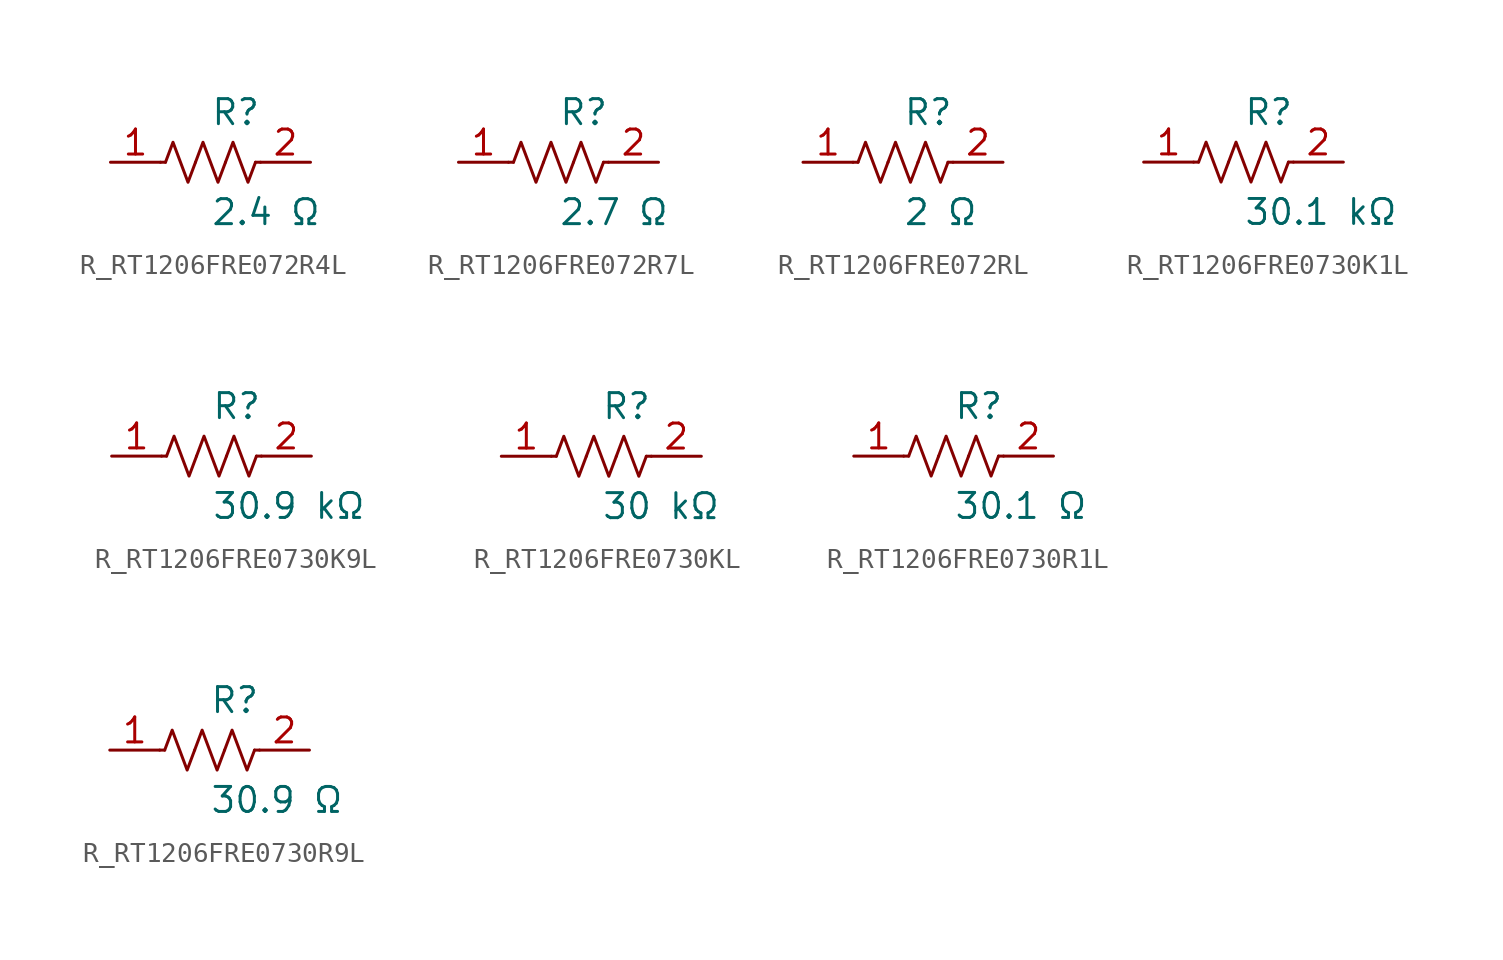
<source format=kicad_sym>
(kicad_symbol_lib
  (version 20231120)
  (generator kicad_symbol_editor)
  (generator_version 8.0)
  (symbol "R_RT1206FRE072R4L"
    (pin_names
      (offset 0.254))
    (property "Reference" "R"
      (at 0 2.54 0)
      (effects (font (size 1.27 1.27)) (justify left)))
    (property "Value" "2.4 Ω"
      (at 0 -2.54 0)
      (effects (font (size 1.27 1.27)) (justify left)))
    (symbol "R_RT1206FRE072R4L_0_1"
      (polyline (pts (xy 2.286 0) (xy 2.54 0)) (stroke (width 0) (type default)) (fill (type none)))
      (polyline (pts (xy -2.286 0) (xy -2.54 0)) (stroke (width 0) (type default)) (fill (type none)))
      (polyline (pts (xy 0.762 0) (xy 1.143 1.016) (xy 1.524 0) (xy 1.905 -1.016) (xy 2.286 0)) (stroke (width 0) (type default)) (fill (type none)))
      (polyline (pts (xy -0.762 0) (xy -0.381 1.016) (xy 0 0) (xy 0.381 -1.016) (xy 0.762 0)) (stroke (width 0) (type default)) (fill (type none)))
      (polyline (pts (xy -2.286 0) (xy -1.905 1.016) (xy -1.524 0) (xy -1.143 -1.016) (xy -0.762 0)) (stroke (width 0) (type default)) (fill (type none))))
    (pin unspecified line
      (at -5.08 0 0)
      (length 2.54)
      (name "" (effects (font (size 1.27 1.27))))
      (number "1" (effects (font (size 1.27 1.27)))))
    (pin unspecified line
      (at 5.08 0 180)
      (length 2.54)
      (name "" (effects (font (size 1.27 1.27))))
      (number "2" (effects (font (size 1.27 1.27))))))
  (symbol "R_RT1206FRE072R7L"
    (pin_names
      (offset 0.254))
    (property "Reference" "R"
      (at 0 2.54 0)
      (effects (font (size 1.27 1.27)) (justify left)))
    (property "Value" "2.7 Ω"
      (at 0 -2.54 0)
      (effects (font (size 1.27 1.27)) (justify left)))
    (symbol "R_RT1206FRE072R7L_0_1"
      (polyline (pts (xy 2.286 0) (xy 2.54 0)) (stroke (width 0) (type default)) (fill (type none)))
      (polyline (pts (xy -2.286 0) (xy -2.54 0)) (stroke (width 0) (type default)) (fill (type none)))
      (polyline (pts (xy 0.762 0) (xy 1.143 1.016) (xy 1.524 0) (xy 1.905 -1.016) (xy 2.286 0)) (stroke (width 0) (type default)) (fill (type none)))
      (polyline (pts (xy -0.762 0) (xy -0.381 1.016) (xy 0 0) (xy 0.381 -1.016) (xy 0.762 0)) (stroke (width 0) (type default)) (fill (type none)))
      (polyline (pts (xy -2.286 0) (xy -1.905 1.016) (xy -1.524 0) (xy -1.143 -1.016) (xy -0.762 0)) (stroke (width 0) (type default)) (fill (type none))))
    (pin unspecified line
      (at -5.08 0 0)
      (length 2.54)
      (name "" (effects (font (size 1.27 1.27))))
      (number "1" (effects (font (size 1.27 1.27)))))
    (pin unspecified line
      (at 5.08 0 180)
      (length 2.54)
      (name "" (effects (font (size 1.27 1.27))))
      (number "2" (effects (font (size 1.27 1.27))))))
  (symbol "R_RT1206FRE072RL"
    (pin_names
      (offset 0.254))
    (property "Reference" "R"
      (at 0 2.54 0)
      (effects (font (size 1.27 1.27)) (justify left)))
    (property "Value" "2 Ω"
      (at 0 -2.54 0)
      (effects (font (size 1.27 1.27)) (justify left)))
    (symbol "R_RT1206FRE072RL_0_1"
      (polyline (pts (xy 2.286 0) (xy 2.54 0)) (stroke (width 0) (type default)) (fill (type none)))
      (polyline (pts (xy -2.286 0) (xy -2.54 0)) (stroke (width 0) (type default)) (fill (type none)))
      (polyline (pts (xy 0.762 0) (xy 1.143 1.016) (xy 1.524 0) (xy 1.905 -1.016) (xy 2.286 0)) (stroke (width 0) (type default)) (fill (type none)))
      (polyline (pts (xy -0.762 0) (xy -0.381 1.016) (xy 0 0) (xy 0.381 -1.016) (xy 0.762 0)) (stroke (width 0) (type default)) (fill (type none)))
      (polyline (pts (xy -2.286 0) (xy -1.905 1.016) (xy -1.524 0) (xy -1.143 -1.016) (xy -0.762 0)) (stroke (width 0) (type default)) (fill (type none))))
    (pin unspecified line
      (at -5.08 0 0)
      (length 2.54)
      (name "" (effects (font (size 1.27 1.27))))
      (number "1" (effects (font (size 1.27 1.27)))))
    (pin unspecified line
      (at 5.08 0 180)
      (length 2.54)
      (name "" (effects (font (size 1.27 1.27))))
      (number "2" (effects (font (size 1.27 1.27))))))
  (symbol "R_RT1206FRE0730K1L"
    (pin_names
      (offset 0.254))
    (property "Reference" "R"
      (at 0 2.54 0)
      (effects (font (size 1.27 1.27)) (justify left)))
    (property "Value" "30.1 kΩ"
      (at 0 -2.54 0)
      (effects (font (size 1.27 1.27)) (justify left)))
    (symbol "R_RT1206FRE0730K1L_0_1"
      (polyline (pts (xy 2.286 0) (xy 2.54 0)) (stroke (width 0) (type default)) (fill (type none)))
      (polyline (pts (xy -2.286 0) (xy -2.54 0)) (stroke (width 0) (type default)) (fill (type none)))
      (polyline (pts (xy 0.762 0) (xy 1.143 1.016) (xy 1.524 0) (xy 1.905 -1.016) (xy 2.286 0)) (stroke (width 0) (type default)) (fill (type none)))
      (polyline (pts (xy -0.762 0) (xy -0.381 1.016) (xy 0 0) (xy 0.381 -1.016) (xy 0.762 0)) (stroke (width 0) (type default)) (fill (type none)))
      (polyline (pts (xy -2.286 0) (xy -1.905 1.016) (xy -1.524 0) (xy -1.143 -1.016) (xy -0.762 0)) (stroke (width 0) (type default)) (fill (type none))))
    (pin unspecified line
      (at -5.08 0 0)
      (length 2.54)
      (name "" (effects (font (size 1.27 1.27))))
      (number "1" (effects (font (size 1.27 1.27)))))
    (pin unspecified line
      (at 5.08 0 180)
      (length 2.54)
      (name "" (effects (font (size 1.27 1.27))))
      (number "2" (effects (font (size 1.27 1.27))))))
  (symbol "R_RT1206FRE0730K9L"
    (pin_names
      (offset 0.254))
    (property "Reference" "R"
      (at 0 2.54 0)
      (effects (font (size 1.27 1.27)) (justify left)))
    (property "Value" "30.9 kΩ"
      (at 0 -2.54 0)
      (effects (font (size 1.27 1.27)) (justify left)))
    (symbol "R_RT1206FRE0730K9L_0_1"
      (polyline (pts (xy 2.286 0) (xy 2.54 0)) (stroke (width 0) (type default)) (fill (type none)))
      (polyline (pts (xy -2.286 0) (xy -2.54 0)) (stroke (width 0) (type default)) (fill (type none)))
      (polyline (pts (xy 0.762 0) (xy 1.143 1.016) (xy 1.524 0) (xy 1.905 -1.016) (xy 2.286 0)) (stroke (width 0) (type default)) (fill (type none)))
      (polyline (pts (xy -0.762 0) (xy -0.381 1.016) (xy 0 0) (xy 0.381 -1.016) (xy 0.762 0)) (stroke (width 0) (type default)) (fill (type none)))
      (polyline (pts (xy -2.286 0) (xy -1.905 1.016) (xy -1.524 0) (xy -1.143 -1.016) (xy -0.762 0)) (stroke (width 0) (type default)) (fill (type none))))
    (pin unspecified line
      (at -5.08 0 0)
      (length 2.54)
      (name "" (effects (font (size 1.27 1.27))))
      (number "1" (effects (font (size 1.27 1.27)))))
    (pin unspecified line
      (at 5.08 0 180)
      (length 2.54)
      (name "" (effects (font (size 1.27 1.27))))
      (number "2" (effects (font (size 1.27 1.27))))))
  (symbol "R_RT1206FRE0730KL"
    (pin_names
      (offset 0.254))
    (property "Reference" "R"
      (at 0 2.54 0)
      (effects (font (size 1.27 1.27)) (justify left)))
    (property "Value" "30 kΩ"
      (at 0 -2.54 0)
      (effects (font (size 1.27 1.27)) (justify left)))
    (symbol "R_RT1206FRE0730KL_0_1"
      (polyline (pts (xy 2.286 0) (xy 2.54 0)) (stroke (width 0) (type default)) (fill (type none)))
      (polyline (pts (xy -2.286 0) (xy -2.54 0)) (stroke (width 0) (type default)) (fill (type none)))
      (polyline (pts (xy 0.762 0) (xy 1.143 1.016) (xy 1.524 0) (xy 1.905 -1.016) (xy 2.286 0)) (stroke (width 0) (type default)) (fill (type none)))
      (polyline (pts (xy -0.762 0) (xy -0.381 1.016) (xy 0 0) (xy 0.381 -1.016) (xy 0.762 0)) (stroke (width 0) (type default)) (fill (type none)))
      (polyline (pts (xy -2.286 0) (xy -1.905 1.016) (xy -1.524 0) (xy -1.143 -1.016) (xy -0.762 0)) (stroke (width 0) (type default)) (fill (type none))))
    (pin unspecified line
      (at -5.08 0 0)
      (length 2.54)
      (name "" (effects (font (size 1.27 1.27))))
      (number "1" (effects (font (size 1.27 1.27)))))
    (pin unspecified line
      (at 5.08 0 180)
      (length 2.54)
      (name "" (effects (font (size 1.27 1.27))))
      (number "2" (effects (font (size 1.27 1.27))))))
  (symbol "R_RT1206FRE0730R1L"
    (pin_names
      (offset 0.254))
    (property "Reference" "R"
      (at 0 2.54 0)
      (effects (font (size 1.27 1.27)) (justify left)))
    (property "Value" "30.1 Ω"
      (at 0 -2.54 0)
      (effects (font (size 1.27 1.27)) (justify left)))
    (symbol "R_RT1206FRE0730R1L_0_1"
      (polyline (pts (xy 2.286 0) (xy 2.54 0)) (stroke (width 0) (type default)) (fill (type none)))
      (polyline (pts (xy -2.286 0) (xy -2.54 0)) (stroke (width 0) (type default)) (fill (type none)))
      (polyline (pts (xy 0.762 0) (xy 1.143 1.016) (xy 1.524 0) (xy 1.905 -1.016) (xy 2.286 0)) (stroke (width 0) (type default)) (fill (type none)))
      (polyline (pts (xy -0.762 0) (xy -0.381 1.016) (xy 0 0) (xy 0.381 -1.016) (xy 0.762 0)) (stroke (width 0) (type default)) (fill (type none)))
      (polyline (pts (xy -2.286 0) (xy -1.905 1.016) (xy -1.524 0) (xy -1.143 -1.016) (xy -0.762 0)) (stroke (width 0) (type default)) (fill (type none))))
    (pin unspecified line
      (at -5.08 0 0)
      (length 2.54)
      (name "" (effects (font (size 1.27 1.27))))
      (number "1" (effects (font (size 1.27 1.27)))))
    (pin unspecified line
      (at 5.08 0 180)
      (length 2.54)
      (name "" (effects (font (size 1.27 1.27))))
      (number "2" (effects (font (size 1.27 1.27))))))
  (symbol "R_RT1206FRE0730R9L"
    (pin_names
      (offset 0.254))
    (property "Reference" "R"
      (at 0 2.54 0)
      (effects (font (size 1.27 1.27)) (justify left)))
    (property "Value" "30.9 Ω"
      (at 0 -2.54 0)
      (effects (font (size 1.27 1.27)) (justify left)))
    (symbol "R_RT1206FRE0730R9L_0_1"
      (polyline (pts (xy 2.286 0) (xy 2.54 0)) (stroke (width 0) (type default)) (fill (type none)))
      (polyline (pts (xy -2.286 0) (xy -2.54 0)) (stroke (width 0) (type default)) (fill (type none)))
      (polyline (pts (xy 0.762 0) (xy 1.143 1.016) (xy 1.524 0) (xy 1.905 -1.016) (xy 2.286 0)) (stroke (width 0) (type default)) (fill (type none)))
      (polyline (pts (xy -0.762 0) (xy -0.381 1.016) (xy 0 0) (xy 0.381 -1.016) (xy 0.762 0)) (stroke (width 0) (type default)) (fill (type none)))
      (polyline (pts (xy -2.286 0) (xy -1.905 1.016) (xy -1.524 0) (xy -1.143 -1.016) (xy -0.762 0)) (stroke (width 0) (type default)) (fill (type none))))
    (pin unspecified line
      (at -5.08 0 0)
      (length 2.54)
      (name "" (effects (font (size 1.27 1.27))))
      (number "1" (effects (font (size 1.27 1.27)))))
    (pin unspecified line
      (at 5.08 0 180)
      (length 2.54)
      (name "" (effects (font (size 1.27 1.27))))
      (number "2" (effects (font (size 1.27 1.27)))))))
</source>
